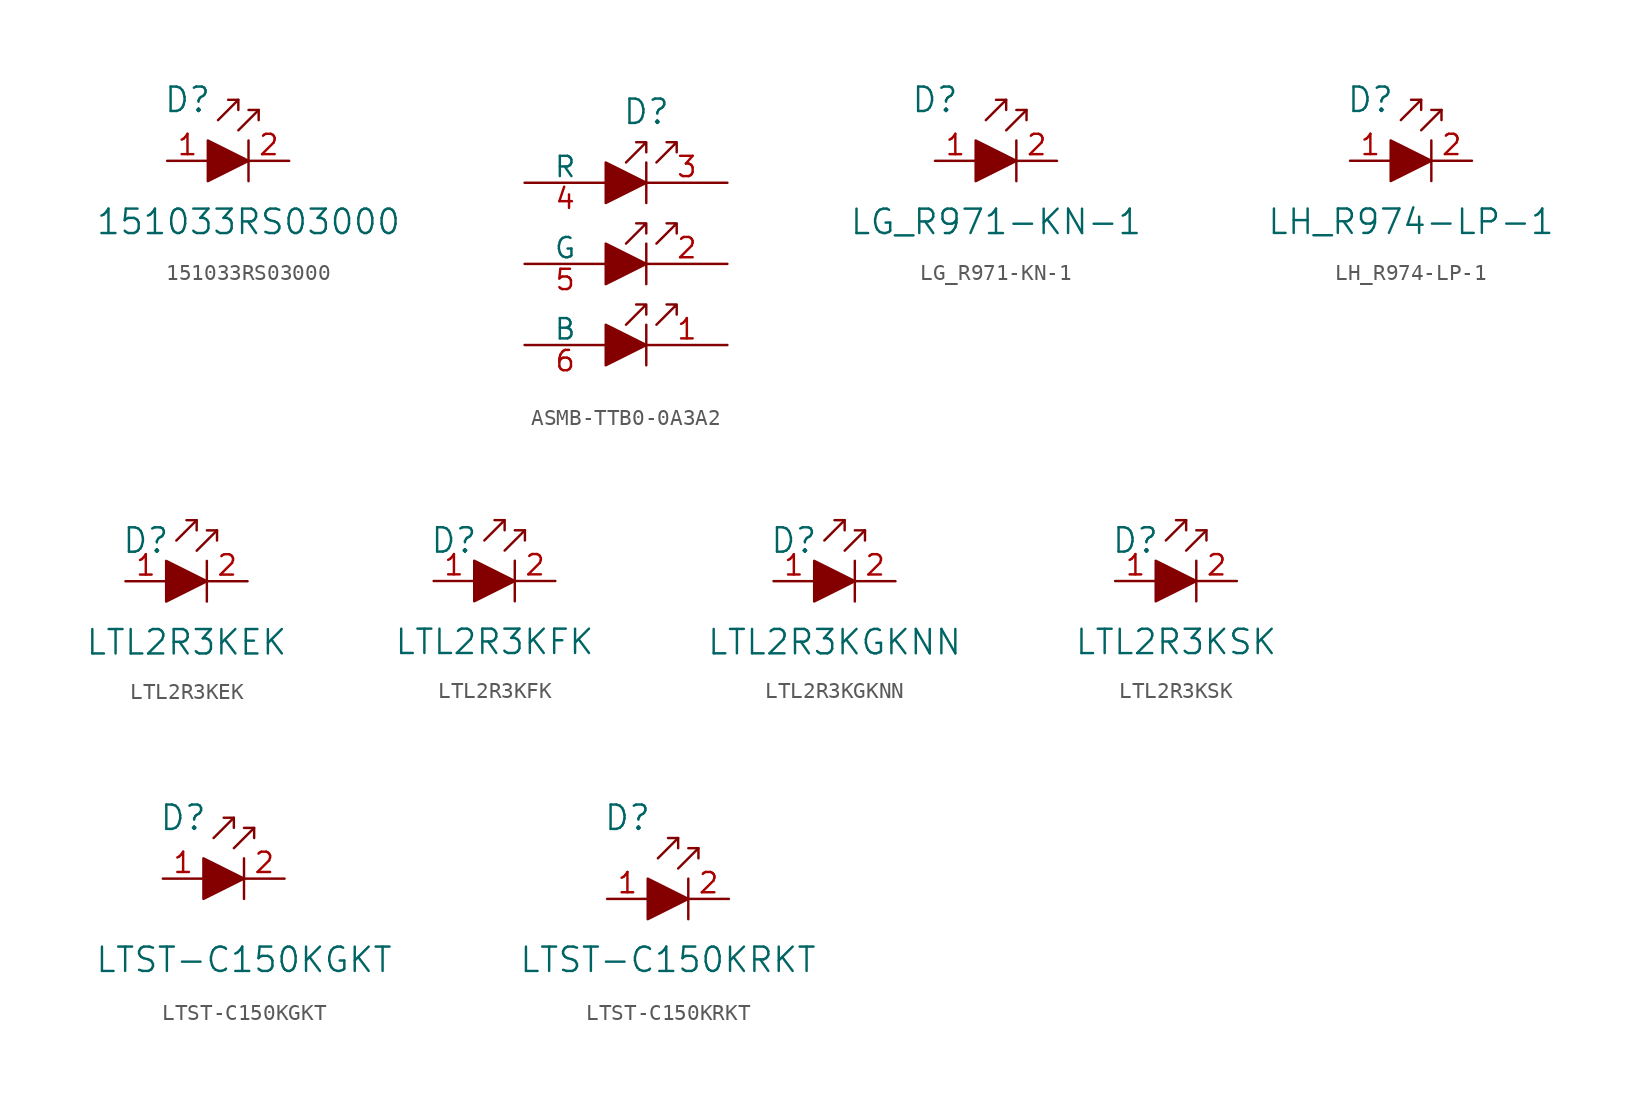
<source format=kicad_sym>
(kicad_symbol_lib
  (version 20211014)
  (generator kicad_symbol_editor)
  (symbol "151033RS03000"
    (pin_names
      (offset 0))
    (property "Reference" "D"
      (at -3.81 3.81 0)
      (effects (font (size 1.524 1.524))))
    (property "Value" "151033RS03000"
      (at 0 -3.81 0)
      (effects (font (size 1.524 1.524))))
    (symbol "151033RS03000_0_1"
      (polyline (pts (xy -0.635 3.81) (xy -1.905 2.54)) (stroke (width 0) (type default) (color 0 0 0 0)) (fill (type none)))
      (polyline (pts (xy 0 1.27) (xy 0 -1.27)) (stroke (width 0) (type default) (color 0 0 0 0)) (fill (type none)))
      (polyline (pts (xy 0.635 3.175) (xy -0.635 1.905)) (stroke (width 0) (type default) (color 0 0 0 0)) (fill (type none)))
      (polyline (pts (xy -1.27 3.81) (xy -0.635 3.81) (xy -0.635 3.175)) (stroke (width 0) (type default) (color 0 0 0 0)) (fill (type none)))
      (polyline (pts (xy 0 3.175) (xy 0.635 3.175) (xy 0.635 2.54)) (stroke (width 0) (type default) (color 0 0 0 0)) (fill (type none)))
      (polyline (pts (xy -2.54 1.27) (xy -2.54 -1.27) (xy 0 0) (xy -2.54 1.27)) (stroke (width 0) (type default) (color 0 0 0 0)) (fill (type outline))))
    (symbol "151033RS03000_1_1"
      (pin passive line (at -5.08 0 0) (length 2.54) (name "~" (effects (font (size 1.27 1.27)))) (number "1" (effects (font (size 1.27 1.27)))))
      (pin passive line (at 2.54 0 180) (length 2.54) (name "~" (effects (font (size 1.27 1.27)))) (number "2" (effects (font (size 1.27 1.27)))))))
  (symbol "ASMB-TTB0-0A3A2"
    (pin_names
      (offset 0))
    (property "Reference" "D"
      (at 0 4.445 0)
      (effects (font (size 1.524 1.524))))
    (symbol "ASMB-TTB0-0A3A2_0_1"
      (polyline (pts (xy 0 -8.89) (xy 0 -11.43)) (stroke (width 0) (type default) (color 0 0 0 0)) (fill (type none)))
      (polyline (pts (xy 0 -3.81) (xy 0 -6.35)) (stroke (width 0) (type default) (color 0 0 0 0)) (fill (type none)))
      (polyline (pts (xy 0 1.27) (xy 0 -1.27)) (stroke (width 0) (type default) (color 0 0 0 0)) (fill (type none)))
      (polyline (pts (xy -2.54 -8.89) (xy -2.54 -11.43) (xy 0 -10.16) (xy -2.54 -8.89)) (stroke (width 0) (type default) (color 0 0 0 0)) (fill (type outline)))
      (polyline (pts (xy -2.54 -3.81) (xy -2.54 -6.35) (xy 0 -5.08) (xy -2.54 -3.81)) (stroke (width 0) (type default) (color 0 0 0 0)) (fill (type outline)))
      (polyline (pts (xy -2.54 1.27) (xy -2.54 -1.27) (xy 0 0) (xy -2.54 1.27)) (stroke (width 0) (type default) (color 0 0 0 0)) (fill (type outline))))
    (symbol "ASMB-TTB0-0A3A2_1_1"
      (polyline (pts (xy 0.635 -8.89) (xy 1.905 -7.62) (xy 1.27 -7.62) (xy 1.905 -7.62) (xy 1.905 -8.255)) (stroke (width 0) (type default) (color 0 0 0 0)) (fill (type none)))
      (polyline (pts (xy 0.635 -3.81) (xy 1.905 -2.54) (xy 1.27 -2.54) (xy 1.905 -2.54) (xy 1.905 -3.175)) (stroke (width 0) (type default) (color 0 0 0 0)) (fill (type none)))
      (polyline (pts (xy 0.635 1.27) (xy 1.905 2.54) (xy 1.27 2.54) (xy 1.905 2.54) (xy 1.905 1.905)) (stroke (width 0) (type default) (color 0 0 0 0)) (fill (type none)))
      (polyline (pts (xy 0 -7.62) (xy 0 -8.255) (xy 0 -7.62) (xy -0.635 -7.62) (xy 0 -7.62) (xy -1.27 -8.89)) (stroke (width 0) (type default) (color 0 0 0 0)) (fill (type none)))
      (polyline (pts (xy 0 -2.54) (xy 0 -3.175) (xy 0 -2.54) (xy -0.635 -2.54) (xy 0 -2.54) (xy -1.27 -3.81)) (stroke (width 0) (type default) (color 0 0 0 0)) (fill (type none)))
      (polyline (pts (xy 0 2.54) (xy 0 1.905) (xy 0 2.54) (xy -0.635 2.54) (xy 0 2.54) (xy -1.27 1.27)) (stroke (width 0) (type default) (color 0 0 0 0)) (fill (type none)))
      (pin output line (at 5.08 -10.16 180) (length 5.08) (name "~" (effects (font (size 1.27 1.27)))) (number "1" (effects (font (size 1.27 1.27)))))
      (pin output line (at 5.08 -5.08 180) (length 5.08) (name "~" (effects (font (size 1.27 1.27)))) (number "2" (effects (font (size 1.27 1.27)))))
      (pin output line (at 5.08 0 180) (length 5.08) (name "~" (effects (font (size 1.27 1.27)))) (number "3" (effects (font (size 1.27 1.27)))))
      (pin input line (at -7.62 0 0) (length 5.08) (name "R" (effects (font (size 1.27 1.27)))) (number "4" (effects (font (size 1.27 1.27)))))
      (pin input line (at -7.62 -5.08 0) (length 5.08) (name "G" (effects (font (size 1.27 1.27)))) (number "5" (effects (font (size 1.27 1.27)))))
      (pin input line (at -7.62 -10.16 0) (length 5.08) (name "B" (effects (font (size 1.27 1.27)))) (number "6" (effects (font (size 1.27 1.27)))))))
  (symbol "LG_R971-KN-1"
    (pin_names
      (offset 0))
    (property "Reference" "D"
      (at -5.08 3.81 0)
      (effects (font (size 1.524 1.524))))
    (property "Value" "LG_R971-KN-1"
      (at -1.27 -3.81 0)
      (effects (font (size 1.524 1.524))))
    (symbol "LG_R971-KN-1_0_1"
      (polyline (pts (xy -0.635 3.81) (xy -1.905 2.54)) (stroke (width 0) (type default) (color 0 0 0 0)) (fill (type none)))
      (polyline (pts (xy 0 1.27) (xy 0 -1.27)) (stroke (width 0) (type default) (color 0 0 0 0)) (fill (type none)))
      (polyline (pts (xy 0.635 3.175) (xy -0.635 1.905)) (stroke (width 0) (type default) (color 0 0 0 0)) (fill (type none)))
      (polyline (pts (xy -1.27 3.81) (xy -0.635 3.81) (xy -0.635 3.175)) (stroke (width 0) (type default) (color 0 0 0 0)) (fill (type none)))
      (polyline (pts (xy 0 3.175) (xy 0.635 3.175) (xy 0.635 2.54)) (stroke (width 0) (type default) (color 0 0 0 0)) (fill (type none)))
      (polyline (pts (xy -2.54 1.27) (xy -2.54 -1.27) (xy 0 0) (xy -2.54 1.27)) (stroke (width 0) (type default) (color 0 0 0 0)) (fill (type outline))))
    (symbol "LG_R971-KN-1_1_1"
      (pin passive line (at -5.08 0 0) (length 2.54) (name "~" (effects (font (size 1.27 1.27)))) (number "1" (effects (font (size 1.27 1.27)))))
      (pin passive line (at 2.54 0 180) (length 2.54) (name "~" (effects (font (size 1.27 1.27)))) (number "2" (effects (font (size 1.27 1.27)))))))
  (symbol "LH_R974-LP-1"
    (pin_names
      (offset 0))
    (property "Reference" "D"
      (at -3.81 3.81 0)
      (effects (font (size 1.524 1.524))))
    (property "Value" "LH_R974-LP-1"
      (at -1.27 -3.81 0)
      (effects (font (size 1.524 1.524))))
    (symbol "LH_R974-LP-1_0_1"
      (polyline (pts (xy -0.635 3.81) (xy -1.905 2.54)) (stroke (width 0) (type default) (color 0 0 0 0)) (fill (type none)))
      (polyline (pts (xy 0 1.27) (xy 0 -1.27)) (stroke (width 0) (type default) (color 0 0 0 0)) (fill (type none)))
      (polyline (pts (xy 0.635 3.175) (xy -0.635 1.905)) (stroke (width 0) (type default) (color 0 0 0 0)) (fill (type none)))
      (polyline (pts (xy -1.27 3.81) (xy -0.635 3.81) (xy -0.635 3.175)) (stroke (width 0) (type default) (color 0 0 0 0)) (fill (type none)))
      (polyline (pts (xy 0 3.175) (xy 0.635 3.175) (xy 0.635 2.54)) (stroke (width 0) (type default) (color 0 0 0 0)) (fill (type none)))
      (polyline (pts (xy -2.54 1.27) (xy -2.54 -1.27) (xy 0 0) (xy -2.54 1.27)) (stroke (width 0) (type default) (color 0 0 0 0)) (fill (type outline))))
    (symbol "LH_R974-LP-1_1_1"
      (pin passive line (at -5.08 0 0) (length 2.54) (name "~" (effects (font (size 1.27 1.27)))) (number "1" (effects (font (size 1.27 1.27)))))
      (pin passive line (at 2.54 0 180) (length 2.54) (name "~" (effects (font (size 1.27 1.27)))) (number "2" (effects (font (size 1.27 1.27)))))))
  (symbol "LTL2R3KEK"
    (pin_names
      (offset 0))
    (property "Reference" "D"
      (at -3.81 2.54 0)
      (effects (font (size 1.524 1.524))))
    (property "Value" "LTL2R3KEK"
      (at -1.27 -3.81 0)
      (effects (font (size 1.524 1.524))))
    (symbol "LTL2R3KEK_0_1"
      (polyline (pts (xy -0.635 3.81) (xy -1.905 2.54)) (stroke (width 0) (type default) (color 0 0 0 0)) (fill (type none)))
      (polyline (pts (xy 0 1.27) (xy 0 -1.27)) (stroke (width 0) (type default) (color 0 0 0 0)) (fill (type none)))
      (polyline (pts (xy 0.635 3.175) (xy -0.635 1.905)) (stroke (width 0) (type default) (color 0 0 0 0)) (fill (type none)))
      (polyline (pts (xy -1.27 3.81) (xy -0.635 3.81) (xy -0.635 3.175)) (stroke (width 0) (type default) (color 0 0 0 0)) (fill (type none)))
      (polyline (pts (xy 0 3.175) (xy 0.635 3.175) (xy 0.635 2.54)) (stroke (width 0) (type default) (color 0 0 0 0)) (fill (type none)))
      (polyline (pts (xy -2.54 1.27) (xy -2.54 -1.27) (xy 0 0) (xy -2.54 1.27)) (stroke (width 0) (type default) (color 0 0 0 0)) (fill (type outline))))
    (symbol "LTL2R3KEK_1_1"
      (pin passive line (at -5.08 0 0) (length 2.54) (name "~" (effects (font (size 1.27 1.27)))) (number "1" (effects (font (size 1.27 1.27)))))
      (pin passive line (at 2.54 0 180) (length 2.54) (name "~" (effects (font (size 1.27 1.27)))) (number "2" (effects (font (size 1.27 1.27)))))))
  (symbol "LTL2R3KFK"
    (pin_names
      (offset 0))
    (property "Reference" "D"
      (at -3.81 2.54 0)
      (effects (font (size 1.524 1.524))))
    (property "Value" "LTL2R3KFK"
      (at -1.27 -3.81 0)
      (effects (font (size 1.524 1.524))))
    (symbol "LTL2R3KFK_0_1"
      (polyline (pts (xy -0.635 3.81) (xy -1.905 2.54)) (stroke (width 0) (type default) (color 0 0 0 0)) (fill (type none)))
      (polyline (pts (xy 0 1.27) (xy 0 -1.27)) (stroke (width 0) (type default) (color 0 0 0 0)) (fill (type none)))
      (polyline (pts (xy 0.635 3.175) (xy -0.635 1.905)) (stroke (width 0) (type default) (color 0 0 0 0)) (fill (type none)))
      (polyline (pts (xy -1.27 3.81) (xy -0.635 3.81) (xy -0.635 3.175)) (stroke (width 0) (type default) (color 0 0 0 0)) (fill (type none)))
      (polyline (pts (xy 0 3.175) (xy 0.635 3.175) (xy 0.635 2.54)) (stroke (width 0) (type default) (color 0 0 0 0)) (fill (type none)))
      (polyline (pts (xy -2.54 1.27) (xy -2.54 -1.27) (xy 0 0) (xy -2.54 1.27)) (stroke (width 0) (type default) (color 0 0 0 0)) (fill (type outline))))
    (symbol "LTL2R3KFK_1_1"
      (pin passive line (at -5.08 0 0) (length 2.54) (name "~" (effects (font (size 1.27 1.27)))) (number "1" (effects (font (size 1.27 1.27)))))
      (pin passive line (at 2.54 0 180) (length 2.54) (name "~" (effects (font (size 1.27 1.27)))) (number "2" (effects (font (size 1.27 1.27)))))))
  (symbol "LTL2R3KGKNN"
    (pin_names
      (offset 0))
    (property "Reference" "D"
      (at -3.81 2.54 0)
      (effects (font (size 1.524 1.524))))
    (property "Value" "LTL2R3KGKNN"
      (at -1.27 -3.81 0)
      (effects (font (size 1.524 1.524))))
    (symbol "LTL2R3KGKNN_0_1"
      (polyline (pts (xy -0.635 3.81) (xy -1.905 2.54)) (stroke (width 0) (type default) (color 0 0 0 0)) (fill (type none)))
      (polyline (pts (xy 0 1.27) (xy 0 -1.27)) (stroke (width 0) (type default) (color 0 0 0 0)) (fill (type none)))
      (polyline (pts (xy 0.635 3.175) (xy -0.635 1.905)) (stroke (width 0) (type default) (color 0 0 0 0)) (fill (type none)))
      (polyline (pts (xy -1.27 3.81) (xy -0.635 3.81) (xy -0.635 3.175)) (stroke (width 0) (type default) (color 0 0 0 0)) (fill (type none)))
      (polyline (pts (xy 0 3.175) (xy 0.635 3.175) (xy 0.635 2.54)) (stroke (width 0) (type default) (color 0 0 0 0)) (fill (type none)))
      (polyline (pts (xy -2.54 1.27) (xy -2.54 -1.27) (xy 0 0) (xy -2.54 1.27)) (stroke (width 0) (type default) (color 0 0 0 0)) (fill (type outline))))
    (symbol "LTL2R3KGKNN_1_1"
      (pin passive line (at -5.08 0 0) (length 2.54) (name "~" (effects (font (size 1.27 1.27)))) (number "1" (effects (font (size 1.27 1.27)))))
      (pin passive line (at 2.54 0 180) (length 2.54) (name "~" (effects (font (size 1.27 1.27)))) (number "2" (effects (font (size 1.27 1.27)))))))
  (symbol "LTL2R3KSK"
    (pin_names
      (offset 0))
    (property "Reference" "D"
      (at -3.81 2.54 0)
      (effects (font (size 1.524 1.524))))
    (property "Value" "LTL2R3KSK"
      (at -1.27 -3.81 0)
      (effects (font (size 1.524 1.524))))
    (symbol "LTL2R3KSK_0_1"
      (polyline (pts (xy -0.635 3.81) (xy -1.905 2.54)) (stroke (width 0) (type default) (color 0 0 0 0)) (fill (type none)))
      (polyline (pts (xy 0 1.27) (xy 0 -1.27)) (stroke (width 0) (type default) (color 0 0 0 0)) (fill (type none)))
      (polyline (pts (xy 0.635 3.175) (xy -0.635 1.905)) (stroke (width 0) (type default) (color 0 0 0 0)) (fill (type none)))
      (polyline (pts (xy -1.27 3.81) (xy -0.635 3.81) (xy -0.635 3.175)) (stroke (width 0) (type default) (color 0 0 0 0)) (fill (type none)))
      (polyline (pts (xy 0 3.175) (xy 0.635 3.175) (xy 0.635 2.54)) (stroke (width 0) (type default) (color 0 0 0 0)) (fill (type none)))
      (polyline (pts (xy -2.54 1.27) (xy -2.54 -1.27) (xy 0 0) (xy -2.54 1.27)) (stroke (width 0) (type default) (color 0 0 0 0)) (fill (type outline))))
    (symbol "LTL2R3KSK_1_1"
      (pin passive line (at -5.08 0 0) (length 2.54) (name "~" (effects (font (size 1.27 1.27)))) (number "1" (effects (font (size 1.27 1.27)))))
      (pin passive line (at 2.54 0 180) (length 2.54) (name "~" (effects (font (size 1.27 1.27)))) (number "2" (effects (font (size 1.27 1.27)))))))
  (symbol "LTST-C150KGKT"
    (pin_names
      (offset 0))
    (property "Reference" "D"
      (at -3.81 3.81 0)
      (effects (font (size 1.524 1.524))))
    (property "Value" "LTST-C150KGKT"
      (at 0 -5.08 0)
      (effects (font (size 1.524 1.524))))
    (symbol "LTST-C150KGKT_0_1"
      (polyline (pts (xy -0.635 3.81) (xy -1.905 2.54)) (stroke (width 0) (type default) (color 0 0 0 0)) (fill (type none)))
      (polyline (pts (xy 0 1.27) (xy 0 -1.27)) (stroke (width 0) (type default) (color 0 0 0 0)) (fill (type none)))
      (polyline (pts (xy 0.635 3.175) (xy -0.635 1.905)) (stroke (width 0) (type default) (color 0 0 0 0)) (fill (type none)))
      (polyline (pts (xy -1.27 3.81) (xy -0.635 3.81) (xy -0.635 3.175)) (stroke (width 0) (type default) (color 0 0 0 0)) (fill (type none)))
      (polyline (pts (xy 0 3.175) (xy 0.635 3.175) (xy 0.635 2.54)) (stroke (width 0) (type default) (color 0 0 0 0)) (fill (type none)))
      (polyline (pts (xy -2.54 1.27) (xy -2.54 -1.27) (xy 0 0) (xy -2.54 1.27)) (stroke (width 0) (type default) (color 0 0 0 0)) (fill (type outline))))
    (symbol "LTST-C150KGKT_1_1"
      (pin passive line (at -5.08 0 0) (length 2.54) (name "~" (effects (font (size 1.27 1.27)))) (number "1" (effects (font (size 1.27 1.27)))))
      (pin passive line (at 2.54 0 180) (length 2.54) (name "~" (effects (font (size 1.27 1.27)))) (number "2" (effects (font (size 1.27 1.27)))))))
  (symbol "LTST-C150KRKT"
    (pin_names
      (offset 0))
    (property "Reference" "D"
      (at -3.81 5.08 0)
      (effects (font (size 1.524 1.524))))
    (property "Value" "LTST-C150KRKT"
      (at -1.27 -3.81 0)
      (effects (font (size 1.524 1.524))))
    (symbol "LTST-C150KRKT_0_1"
      (polyline (pts (xy -0.635 3.81) (xy -1.905 2.54)) (stroke (width 0) (type default) (color 0 0 0 0)) (fill (type none)))
      (polyline (pts (xy 0 1.27) (xy 0 -1.27)) (stroke (width 0) (type default) (color 0 0 0 0)) (fill (type none)))
      (polyline (pts (xy 0.635 3.175) (xy -0.635 1.905)) (stroke (width 0) (type default) (color 0 0 0 0)) (fill (type none)))
      (polyline (pts (xy -1.27 3.81) (xy -0.635 3.81) (xy -0.635 3.175)) (stroke (width 0) (type default) (color 0 0 0 0)) (fill (type none)))
      (polyline (pts (xy 0 3.175) (xy 0.635 3.175) (xy 0.635 2.54)) (stroke (width 0) (type default) (color 0 0 0 0)) (fill (type none)))
      (polyline (pts (xy -2.54 1.27) (xy -2.54 -1.27) (xy 0 0) (xy -2.54 1.27)) (stroke (width 0) (type default) (color 0 0 0 0)) (fill (type outline))))
    (symbol "LTST-C150KRKT_1_1"
      (pin passive line (at -5.08 0 0) (length 2.54) (name "~" (effects (font (size 1.27 1.27)))) (number "1" (effects (font (size 1.27 1.27)))))
      (pin passive line (at 2.54 0 180) (length 2.54) (name "~" (effects (font (size 1.27 1.27)))) (number "2" (effects (font (size 1.27 1.27))))))))
</source>
